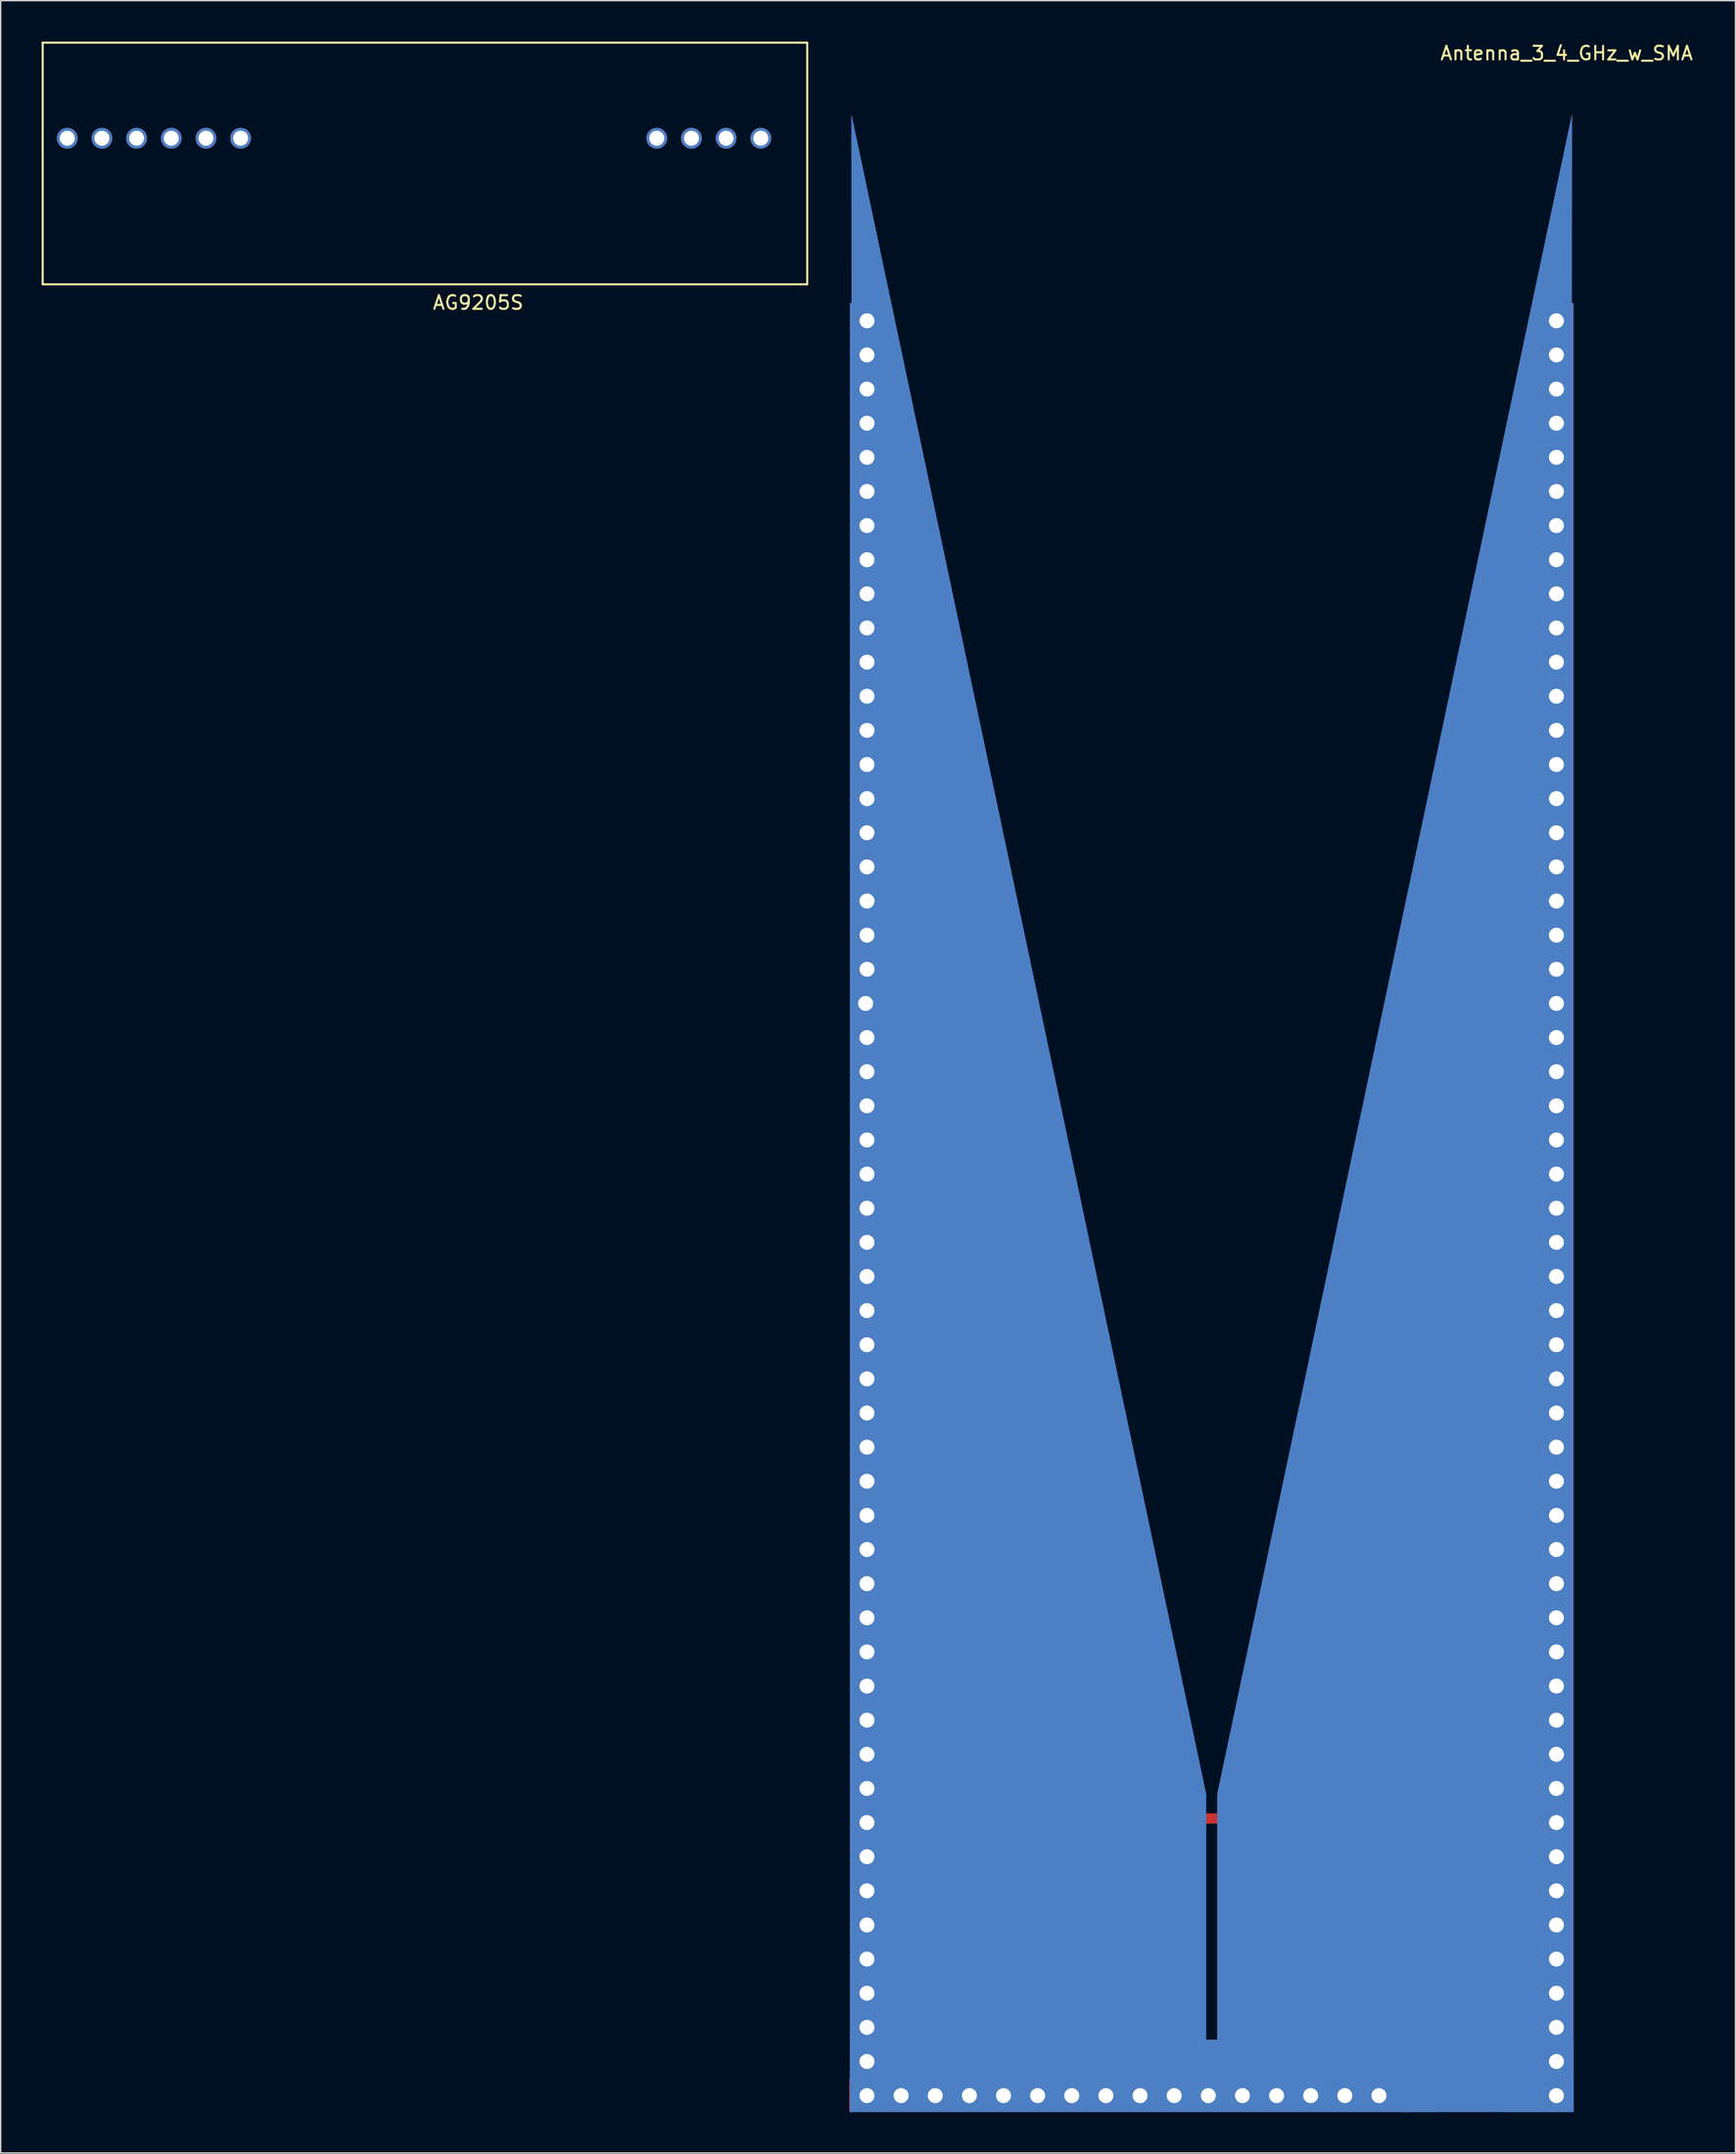
<source format=kicad_pcb>
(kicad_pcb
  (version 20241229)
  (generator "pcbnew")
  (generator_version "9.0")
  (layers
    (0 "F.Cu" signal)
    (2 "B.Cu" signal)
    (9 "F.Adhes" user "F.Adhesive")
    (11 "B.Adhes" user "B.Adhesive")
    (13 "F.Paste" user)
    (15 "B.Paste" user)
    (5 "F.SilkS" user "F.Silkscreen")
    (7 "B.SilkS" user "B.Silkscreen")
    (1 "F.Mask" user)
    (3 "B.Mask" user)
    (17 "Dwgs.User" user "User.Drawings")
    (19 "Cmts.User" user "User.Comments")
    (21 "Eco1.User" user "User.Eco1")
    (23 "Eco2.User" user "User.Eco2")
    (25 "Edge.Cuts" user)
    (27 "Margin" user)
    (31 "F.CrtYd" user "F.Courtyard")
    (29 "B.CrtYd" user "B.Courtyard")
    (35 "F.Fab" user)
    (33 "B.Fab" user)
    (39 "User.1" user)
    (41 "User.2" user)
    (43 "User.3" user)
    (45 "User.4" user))
  (footprint "AG9205S"
    (layer "F.Cu")
    (at 31.875 7.075)
    (property "Reference" "AG9205S" (at 0.1 12.04 0) (layer "F.SilkS") (effects (font (size 1 1) (thickness 0.15))))
    (attr through_hole)
    (fp_line (start -31.8 -7) (end 24.2 -7) (stroke (width 0.15) (type solid)) (layer "F.SilkS"))
    (fp_line (start -31.8 10.7) (end -31.8 -7) (stroke (width 0.15) (type solid)) (layer "F.SilkS"))
    (fp_line (start -31.8 10.7) (end 24.2 10.7) (stroke (width 0.15) (type solid)) (layer "F.SilkS"))
    (fp_line (start 24.2 -7) (end 24.2 10.7) (stroke (width 0.15) (type solid)) (layer "F.SilkS"))
    (pad "1" thru_hole circle (at -30 0) (size 1.524 1.524) (drill 1.1) (layers "*.Cu" "*.Mask"))
    (pad "2" thru_hole circle (at -27.46 0) (size 1.524 1.524) (drill 1.1) (layers "*.Cu" "*.Mask"))
    (pad "3" thru_hole circle (at -24.92 0) (size 1.524 1.524) (drill 1.1) (layers "*.Cu" "*.Mask"))
    (pad "4" thru_hole circle (at -22.38 0) (size 1.524 1.524) (drill 1.1) (layers "*.Cu" "*.Mask"))
    (pad "5" thru_hole circle (at -19.84 0) (size 1.524 1.524) (drill 1.1) (layers "*.Cu" "*.Mask"))
    (pad "6" thru_hole circle (at -17.3 0) (size 1.524 1.524) (drill 1.1) (layers "*.Cu" "*.Mask"))
    (pad "7" thru_hole circle (at 13.18 0) (size 1.524 1.524) (drill 1.1) (layers "*.Cu" "*.Mask"))
    (pad "8" thru_hole circle (at 15.72 0) (size 1.524 1.524) (drill 1.1) (layers "*.Cu" "*.Mask"))
    (pad "9" thru_hole circle (at 18.26 0) (size 1.524 1.524) (drill 1.1) (layers "*.Cu" "*.Mask"))
    (pad "10" thru_hole circle (at 20.8 0) (size 1.524 1.524) (drill 1.1) (layers "*.Cu" "*.Mask")))
  (footprint "Antenna_3_4_GHz_w_SMA"
    (layer "F.Cu")
    (at 85.7 76.648)
    (property "Reference" "Antenna_3_4_GHz_w_SMA" (at 26 -75.8 0) (layer "F.SilkS") (effects (font (size 1 1) (thickness 0.15))))
    (attr smd)
    (pad "0" smd rect (at 0 53.5) (size 20 0.75) (layers "F.Cu"))
    (pad "0" smd rect (at 12.2 53.55) (size 10.6 1.6) (layers "F.Cu"))
    (pad "0" smd rect (at 17 53.6) (size 1 3) (layers "F.Cu"))
    (pad "0" smd trapezoid (at 19 54.1) (size 3 3) (rect_delta 2.99 0) (drill (offset 0 1)) (layers "F.Cu"))
    (pad "0" smd rect (at 19 62.6) (size 3 15) (layers "F.Cu"))
    (pad "0" smd rect (at 19 72.5) (size 3 5) (layers "F.Cu" "F.Mask" "F.Paste"))
    (pad "1" thru_hole circle (at -25.348 -6.2) (size 1.5 1.5) (drill 1.1) (layers "*.Cu" "*.Mask"))
    (pad "1" thru_hole circle (at -25.25 -3.7) (size 1.5 1.5) (drill 1.1) (layers "*.Cu" "*.Mask"))
    (pad "1" thru_hole circle (at -25.25 -1.2) (size 1.5 1.5) (drill 1.1) (layers "*.Cu" "*.Mask"))
    (pad "1" thru_hole circle (at -25.25 1.3) (size 1.5 1.5) (drill 1.1) (layers "*.Cu" "*.Mask"))
    (pad "1" thru_hole circle (at -25.25 3.8) (size 1.5 1.5) (drill 1.1) (layers "*.Cu" "*.Mask"))
    (pad "1" thru_hole circle (at -25.25 6.3) (size 1.5 1.5) (drill 1.1) (layers "*.Cu" "*.Mask"))
    (pad "1" smd rect (at -25.25 7.5) (size 2.5 130) (layers "F.Cu" "F.Mask"))
    (pad "1" smd rect (at -25.25 7.5) (size 2.5 130) (layers "F.Mask" "B.Cu"))
    (pad "1" thru_hole circle (at -25.25 8.8) (size 1.5 1.5) (drill 1.1) (layers "*.Cu" "*.Mask"))
    (pad "1" thru_hole circle (at -25.25 11.3) (size 1.5 1.5) (drill 1.1) (layers "*.Cu" "*.Mask"))
    (pad "1" thru_hole circle (at -25.25 13.8) (size 1.5 1.5) (drill 1.1) (layers "*.Cu" "*.Mask"))
    (pad "1" thru_hole circle (at -25.25 16.3) (size 1.5 1.5) (drill 1.1) (layers "*.Cu" "*.Mask"))
    (pad "1" thru_hole circle (at -25.25 18.8) (size 1.5 1.5) (drill 1.1) (layers "*.Cu" "*.Mask"))
    (pad "1" thru_hole circle (at -25.25 21.3) (size 1.5 1.5) (drill 1.1) (layers "*.Cu" "*.Mask"))
    (pad "1" thru_hole circle (at -25.25 23.8) (size 1.5 1.5) (drill 1.1) (layers "*.Cu" "*.Mask"))
    (pad "1" thru_hole circle (at -25.25 26.3) (size 1.5 1.5) (drill 1.1) (layers "*.Cu" "*.Mask"))
    (pad "1" thru_hole circle (at -25.25 28.8) (size 1.5 1.5) (drill 1.1) (layers "*.Cu" "*.Mask"))
    (pad "1" thru_hole circle (at -25.25 31.3) (size 1.5 1.5) (drill 1.1) (layers "*.Cu" "*.Mask"))
    (pad "1" thru_hole circle (at -25.25 33.8) (size 1.5 1.5) (drill 1.1) (layers "*.Cu" "*.Mask"))
    (pad "1" thru_hole circle (at -25.25 36.3) (size 1.5 1.5) (drill 1.1) (layers "*.Cu" "*.Mask"))
    (pad "1" thru_hole circle (at -25.25 38.8) (size 1.5 1.5) (drill 1.1) (layers "*.Cu" "*.Mask"))
    (pad "1" thru_hole circle (at -25.25 41.3) (size 1.5 1.5) (drill 1.1) (layers "*.Cu" "*.Mask"))
    (pad "1" thru_hole circle (at -25.25 43.8) (size 1.5 1.5) (drill 1.1) (layers "*.Cu" "*.Mask"))
    (pad "1" thru_hole circle (at -25.25 46.3) (size 1.5 1.5) (drill 1.1) (layers "*.Cu" "*.Mask"))
    (pad "1" thru_hole circle (at -25.25 48.8) (size 1.5 1.5) (drill 1.1) (layers "*.Cu" "*.Mask"))
    (pad "1" thru_hole circle (at -25.25 51.3) (size 1.5 1.5) (drill 1.1) (layers "*.Cu" "*.Mask"))
    (pad "1" thru_hole circle (at -25.25 53.8) (size 1.5 1.5) (drill 1.1) (layers "*.Cu" "*.Mask"))
    (pad "1" thru_hole circle (at -25.25 56.3) (size 1.5 1.5) (drill 1.1) (layers "*.Cu" "*.Mask"))
    (pad "1" thru_hole circle (at -25.25 58.8) (size 1.5 1.5) (drill 1.1) (layers "*.Cu" "*.Mask"))
    (pad "1" thru_hole circle (at -25.25 61.3) (size 1.5 1.5) (drill 1.1) (layers "*.Cu" "*.Mask"))
    (pad "1" thru_hole circle (at -25.25 63.8) (size 1.5 1.5) (drill 1.1) (layers "*.Cu" "*.Mask"))
    (pad "1" thru_hole circle (at -25.25 66.3) (size 1.5 1.5) (drill 1.1) (layers "*.Cu" "*.Mask"))
    (pad "1" thru_hole circle (at -25.25 68.8) (size 1.5 1.5) (drill 1.1) (layers "*.Cu" "*.Mask"))
    (pad "1" thru_hole circle (at -25.25 71.3) (size 1.5 1.5) (drill 1.1) (layers "*.Cu" "*.Mask"))
    (pad "1" thru_hole circle (at -25.25 73.8) (size 1.5 1.5) (drill 1.1) (layers "*.Cu" "*.Mask"))
    (pad "1" thru_hole circle (at -25.248 -56.2) (size 1.5 1.5) (drill 1.1) (layers "*.Cu" "*.Mask"))
    (pad "1" thru_hole circle (at -25.248 -53.7) (size 1.5 1.5) (drill 1.1) (layers "*.Cu" "*.Mask"))
    (pad "1" thru_hole circle (at -25.248 -51.2) (size 1.5 1.5) (drill 1.1) (layers "*.Cu" "*.Mask"))
    (pad "1" thru_hole circle (at -25.248 -48.7) (size 1.5 1.5) (drill 1.1) (layers "*.Cu" "*.Mask"))
    (pad "1" thru_hole circle (at -25.248 -46.2) (size 1.5 1.5) (drill 1.1) (layers "*.Cu" "*.Mask"))
    (pad "1" thru_hole circle (at -25.248 -43.7) (size 1.5 1.5) (drill 1.1) (layers "*.Cu" "*.Mask"))
    (pad "1" thru_hole circle (at -25.248 -41.2) (size 1.5 1.5) (drill 1.1) (layers "*.Cu" "*.Mask"))
    (pad "1" thru_hole circle (at -25.248 -38.7) (size 1.5 1.5) (drill 1.1) (layers "*.Cu" "*.Mask"))
    (pad "1" thru_hole circle (at -25.248 -36.2) (size 1.5 1.5) (drill 1.1) (layers "*.Cu" "*.Mask"))
    (pad "1" thru_hole circle (at -25.248 -33.7) (size 1.5 1.5) (drill 1.1) (layers "*.Cu" "*.Mask"))
    (pad "1" thru_hole circle (at -25.248 -31.2) (size 1.5 1.5) (drill 1.1) (layers "*.Cu" "*.Mask"))
    (pad "1" thru_hole circle (at -25.248 -28.7) (size 1.5 1.5) (drill 1.1) (layers "*.Cu" "*.Mask"))
    (pad "1" thru_hole circle (at -25.248 -26.2) (size 1.5 1.5) (drill 1.1) (layers "*.Cu" "*.Mask"))
    (pad "1" thru_hole circle (at -25.248 -23.7) (size 1.5 1.5) (drill 1.1) (layers "*.Cu" "*.Mask"))
    (pad "1" thru_hole circle (at -25.248 -21.2) (size 1.5 1.5) (drill 1.1) (layers "*.Cu" "*.Mask"))
    (pad "1" thru_hole circle (at -25.248 -18.7) (size 1.5 1.5) (drill 1.1) (layers "*.Cu" "*.Mask"))
    (pad "1" thru_hole circle (at -25.248 -16.2) (size 1.5 1.5) (drill 1.1) (layers "*.Cu" "*.Mask"))
    (pad "1" thru_hole circle (at -25.248 -13.7) (size 1.5 1.5) (drill 1.1) (layers "*.Cu" "*.Mask"))
    (pad "1" thru_hole circle (at -25.248 -11.2) (size 1.5 1.5) (drill 1.1) (layers "*.Cu" "*.Mask"))
    (pad "1" thru_hole circle (at -25.248 -8.7) (size 1.5 1.5) (drill 1.1) (layers "*.Cu" "*.Mask"))
    (pad "1" thru_hole circle (at -22.748 73.8) (size 1.5 1.5) (drill 1.1) (layers "*.Cu" "*.Mask"))
    (pad "1" thru_hole circle (at -20.248 73.8) (size 1.5 1.5) (drill 1.1) (layers "*.Cu" "*.Mask"))
    (pad "1" smd trapezoid (at -19.85 -9.1 6) (size 13 125) (rect_delta 0 12.97) (layers "B.Cu"))
    (pad "1" thru_hole circle (at -17.748 73.8) (size 1.5 1.5) (drill 1.1) (layers "*.Cu" "*.Mask"))
    (pad "1" thru_hole circle (at -15.248 73.8) (size 1.5 1.5) (drill 1.1) (layers "*.Cu" "*.Mask"))
    (pad "1" smd rect (at -13.3 61.8) (size 25.8 20.3) (layers "B.Cu"))
    (pad "1" thru_hole circle (at -12.748 73.8) (size 1.5 1.5) (drill 1.1) (layers "*.Cu" "*.Mask"))
    (pad "1" thru_hole circle (at -10.248 73.8) (size 1.5 1.5) (drill 1.1) (layers "*.Cu" "*.Mask"))
    (pad "1" thru_hole circle (at -7.748 73.8) (size 1.5 1.5) (drill 1.1) (layers "*.Cu" "*.Mask"))
    (pad "1" smd rect (at -6.05 73.75) (size 41 2.5) (layers "F.Cu" "F.Mask"))
    (pad "1" thru_hole circle (at -5.248 73.8) (size 1.5 1.5) (drill 1.1) (layers "*.Cu" "*.Mask"))
    (pad "1" thru_hole circle (at -2.748 73.8) (size 1.5 1.5) (drill 1.1) (layers "*.Cu" "*.Mask"))
    (pad "1" thru_hole circle (at -0.248 73.8) (size 1.5 1.5) (drill 1.1) (layers "*.Cu" "*.Mask"))
    (pad "1" smd rect (at 0 72.35) (size 53 5.3) (layers "B.Cu"))
    (pad "1" smd rect (at 0 73.75) (size 53 2.5) (layers "F.Mask" "B.Cu"))
    (pad "1" thru_hole circle (at 2.252 73.8) (size 1.5 1.5) (drill 1.1) (layers "*.Cu" "*.Mask"))
    (pad "1" thru_hole circle (at 4.752 73.8) (size 1.5 1.5) (drill 1.1) (layers "*.Cu" "*.Mask"))
    (pad "1" thru_hole circle (at 7.252 73.8) (size 1.5 1.5) (drill 1.1) (layers "*.Cu" "*.Mask"))
    (pad "1" thru_hole circle (at 9.752 73.8) (size 1.5 1.5) (drill 1.1) (layers "*.Cu" "*.Mask"))
    (pad "1" thru_hole circle (at 12.252 73.8) (size 1.5 1.5) (drill 1.1) (layers "*.Cu" "*.Mask"))
    (pad "1" smd rect (at 13.3 61.8) (size 25.8 20.3) (layers "B.Cu"))
    (pad "1" smd rect (at 15.2 72.5) (size 2.5 5) (layers "F.Cu" "F.Mask" "F.Paste"))
    (pad "1" smd rect (at 15.2 72.5) (size 2.5 5) (layers "F.Mask" "B.Cu" "F.Paste"))
    (pad "1" smd trapezoid (at 19.85 -9.1 354) (size 13 125) (rect_delta 0 12.97) (layers "B.Cu"))
    (pad "1" smd rect (at 22.8 72.5) (size 2.5 5) (layers "F.Cu" "F.Mask" "F.Paste"))
    (pad "1" smd rect (at 22.8 72.5) (size 2.5 5) (layers "F.Mask" "B.Cu" "F.Paste"))
    (pad "1" thru_hole circle (at 25.25 -56.2) (size 1.5 1.5) (drill 1.1) (layers "*.Cu" "*.Mask"))
    (pad "1" thru_hole circle (at 25.25 -53.7) (size 1.5 1.5) (drill 1.1) (layers "*.Cu" "*.Mask"))
    (pad "1" thru_hole circle (at 25.25 -51.2) (size 1.5 1.5) (drill 1.1) (layers "*.Cu" "*.Mask"))
    (pad "1" thru_hole circle (at 25.25 -48.7) (size 1.5 1.5) (drill 1.1) (layers "*.Cu" "*.Mask"))
    (pad "1" thru_hole circle (at 25.25 -46.2) (size 1.5 1.5) (drill 1.1) (layers "*.Cu" "*.Mask"))
    (pad "1" thru_hole circle (at 25.25 -43.7) (size 1.5 1.5) (drill 1.1) (layers "*.Cu" "*.Mask"))
    (pad "1" thru_hole circle (at 25.25 -41.2) (size 1.5 1.5) (drill 1.1) (layers "*.Cu" "*.Mask"))
    (pad "1" thru_hole circle (at 25.25 -38.7) (size 1.5 1.5) (drill 1.1) (layers "*.Cu" "*.Mask"))
    (pad "1" thru_hole circle (at 25.25 -36.2) (size 1.5 1.5) (drill 1.1) (layers "*.Cu" "*.Mask"))
    (pad "1" thru_hole circle (at 25.25 -33.7) (size 1.5 1.5) (drill 1.1) (layers "*.Cu" "*.Mask"))
    (pad "1" thru_hole circle (at 25.25 -31.2) (size 1.5 1.5) (drill 1.1) (layers "*.Cu" "*.Mask"))
    (pad "1" thru_hole circle (at 25.25 -28.7) (size 1.5 1.5) (drill 1.1) (layers "*.Cu" "*.Mask"))
    (pad "1" thru_hole circle (at 25.25 -26.2) (size 1.5 1.5) (drill 1.1) (layers "*.Cu" "*.Mask"))
    (pad "1" thru_hole circle (at 25.25 -23.7) (size 1.5 1.5) (drill 1.1) (layers "*.Cu" "*.Mask"))
    (pad "1" thru_hole circle (at 25.25 -21.2) (size 1.5 1.5) (drill 1.1) (layers "*.Cu" "*.Mask"))
    (pad "1" thru_hole circle (at 25.25 -18.7) (size 1.5 1.5) (drill 1.1) (layers "*.Cu" "*.Mask"))
    (pad "1" thru_hole circle (at 25.25 -16.2) (size 1.5 1.5) (drill 1.1) (layers "*.Cu" "*.Mask"))
    (pad "1" thru_hole circle (at 25.25 -13.7) (size 1.5 1.5) (drill 1.1) (layers "*.Cu" "*.Mask"))
    (pad "1" thru_hole circle (at 25.25 -11.2) (size 1.5 1.5) (drill 1.1) (layers "*.Cu" "*.Mask"))
    (pad "1" thru_hole circle (at 25.25 -8.7) (size 1.5 1.5) (drill 1.1) (layers "*.Cu" "*.Mask"))
    (pad "1" thru_hole circle (at 25.25 -6.2) (size 1.5 1.5) (drill 1.1) (layers "*.Cu" "*.Mask"))
    (pad "1" thru_hole circle (at 25.25 -3.7) (size 1.5 1.5) (drill 1.1) (layers "*.Cu" "*.Mask"))
    (pad "1" thru_hole circle (at 25.25 -1.2) (size 1.5 1.5) (drill 1.1) (layers "*.Cu" "*.Mask"))
    (pad "1" thru_hole circle (at 25.25 1.3) (size 1.5 1.5) (drill 1.1) (layers "*.Cu" "*.Mask"))
    (pad "1" thru_hole circle (at 25.25 3.8) (size 1.5 1.5) (drill 1.1) (layers "*.Cu" "*.Mask"))
    (pad "1" thru_hole circle (at 25.25 6.3) (size 1.5 1.5) (drill 1.1) (layers "*.Cu" "*.Mask"))
    (pad "1" smd rect (at 25.25 8.75) (size 2.5 132.5) (layers "F.Cu" "F.Mask"))
    (pad "1" smd rect (at 25.25 8.75) (size 2.5 132.5) (layers "F.Mask" "B.Cu"))
    (pad "1" thru_hole circle (at 25.25 8.8) (size 1.5 1.5) (drill 1.1) (layers "*.Cu" "*.Mask"))
    (pad "1" thru_hole circle (at 25.25 11.3) (size 1.5 1.5) (drill 1.1) (layers "*.Cu" "*.Mask"))
    (pad "1" thru_hole circle (at 25.25 13.8) (size 1.5 1.5) (drill 1.1) (layers "*.Cu" "*.Mask"))
    (pad "1" thru_hole circle (at 25.25 16.3) (size 1.5 1.5) (drill 1.1) (layers "*.Cu" "*.Mask"))
    (pad "1" thru_hole circle (at 25.25 18.8) (size 1.5 1.5) (drill 1.1) (layers "*.Cu" "*.Mask"))
    (pad "1" thru_hole circle (at 25.25 21.3) (size 1.5 1.5) (drill 1.1) (layers "*.Cu" "*.Mask"))
    (pad "1" thru_hole circle (at 25.25 23.8) (size 1.5 1.5) (drill 1.1) (layers "*.Cu" "*.Mask"))
    (pad "1" thru_hole circle (at 25.25 26.3) (size 1.5 1.5) (drill 1.1) (layers "*.Cu" "*.Mask"))
    (pad "1" thru_hole circle (at 25.25 28.8) (size 1.5 1.5) (drill 1.1) (layers "*.Cu" "*.Mask"))
    (pad "1" thru_hole circle (at 25.25 31.3) (size 1.5 1.5) (drill 1.1) (layers "*.Cu" "*.Mask"))
    (pad "1" thru_hole circle (at 25.25 33.8) (size 1.5 1.5) (drill 1.1) (layers "*.Cu" "*.Mask"))
    (pad "1" thru_hole circle (at 25.25 36.3) (size 1.5 1.5) (drill 1.1) (layers "*.Cu" "*.Mask"))
    (pad "1" thru_hole circle (at 25.25 38.8) (size 1.5 1.5) (drill 1.1) (layers "*.Cu" "*.Mask"))
    (pad "1" thru_hole circle (at 25.25 41.3) (size 1.5 1.5) (drill 1.1) (layers "*.Cu" "*.Mask"))
    (pad "1" thru_hole circle (at 25.25 43.8) (size 1.5 1.5) (drill 1.1) (layers "*.Cu" "*.Mask"))
    (pad "1" thru_hole circle (at 25.25 46.3) (size 1.5 1.5) (drill 1.1) (layers "*.Cu" "*.Mask"))
    (pad "1" thru_hole circle (at 25.25 48.8) (size 1.5 1.5) (drill 1.1) (layers "*.Cu" "*.Mask"))
    (pad "1" thru_hole circle (at 25.25 51.3) (size 1.5 1.5) (drill 1.1) (layers "*.Cu" "*.Mask"))
    (pad "1" thru_hole circle (at 25.25 53.8) (size 1.5 1.5) (drill 1.1) (layers "*.Cu" "*.Mask"))
    (pad "1" thru_hole circle (at 25.25 56.3) (size 1.5 1.5) (drill 1.1) (layers "*.Cu" "*.Mask"))
    (pad "1" thru_hole circle (at 25.25 58.8) (size 1.5 1.5) (drill 1.1) (layers "*.Cu" "*.Mask"))
    (pad "1" thru_hole circle (at 25.25 61.3) (size 1.5 1.5) (drill 1.1) (layers "*.Cu" "*.Mask"))
    (pad "1" thru_hole circle (at 25.25 63.8) (size 1.5 1.5) (drill 1.1) (layers "*.Cu" "*.Mask"))
    (pad "1" thru_hole circle (at 25.25 66.3) (size 1.5 1.5) (drill 1.1) (layers "*.Cu" "*.Mask"))
    (pad "1" thru_hole circle (at 25.25 68.8) (size 1.5 1.5) (drill 1.1) (layers "*.Cu" "*.Mask"))
    (pad "1" thru_hole circle (at 25.25 71.3) (size 1.5 1.5) (drill 1.1) (layers "*.Cu" "*.Mask"))
    (pad "1" thru_hole circle (at 25.25 73.8) (size 1.5 1.5) (drill 1.1) (layers "*.Cu" "*.Mask")))
  (gr_rect
    (start -3 -3)
    (end 124.063 154.648)
    (stroke (width 0.1) (type default))
    (fill no)
    (layer "Edge.Cuts")))
</source>
